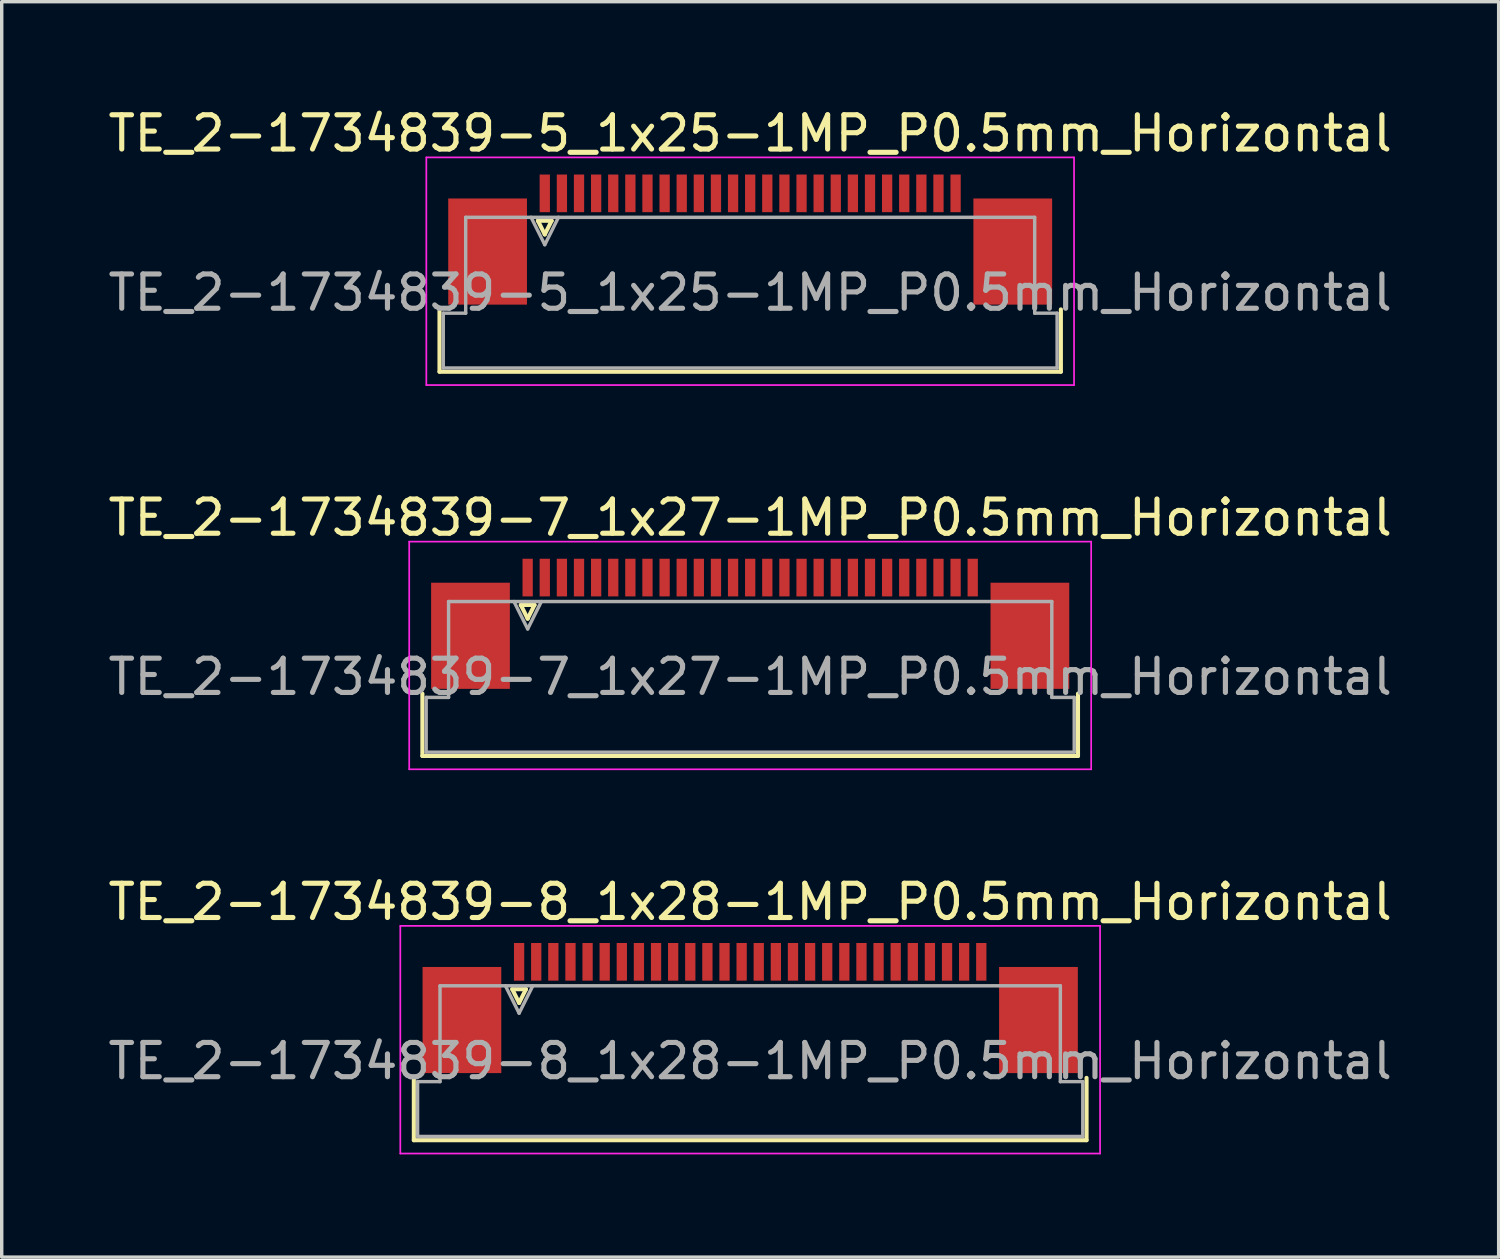
<source format=kicad_pcb>
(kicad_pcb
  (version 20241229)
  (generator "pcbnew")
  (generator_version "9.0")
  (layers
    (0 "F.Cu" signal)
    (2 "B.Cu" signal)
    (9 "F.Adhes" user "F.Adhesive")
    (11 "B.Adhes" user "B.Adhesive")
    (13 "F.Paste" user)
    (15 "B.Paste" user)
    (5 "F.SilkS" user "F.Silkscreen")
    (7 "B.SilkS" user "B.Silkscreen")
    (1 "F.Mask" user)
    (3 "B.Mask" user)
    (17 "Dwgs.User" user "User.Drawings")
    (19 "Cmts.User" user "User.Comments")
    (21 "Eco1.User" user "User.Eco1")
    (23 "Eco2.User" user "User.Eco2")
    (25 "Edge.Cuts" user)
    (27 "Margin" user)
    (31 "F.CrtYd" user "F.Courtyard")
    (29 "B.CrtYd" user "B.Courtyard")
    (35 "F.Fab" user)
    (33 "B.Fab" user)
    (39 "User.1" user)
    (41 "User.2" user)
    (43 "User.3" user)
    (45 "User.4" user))
  (footprint "TE_2-1734839-7_1x27-1MP_P0.5mm_Horizontal"
    (layer "F.Cu")
    (at 18.863 15.171)
    (property "Reference" "TE_2-1734839-7_1x27-1MP_P0.5mm_Horizontal" (at 0 -3.1 0) (layer "F.SilkS") (effects (font (size 1 1) (thickness 0.15))))
    (attr smd)
    (fp_line (start -9.575 3.86) (end -9.575 2.04) (stroke (width 0.12) (type solid)) (layer "F.SilkS"))
    (fp_line (start -6.7 -0.55) (end -6.5 -0.15) (stroke (width 0.12) (type solid)) (layer "F.SilkS"))
    (fp_line (start -6.5 -0.15) (end -6.3 -0.55) (stroke (width 0.12) (type solid)) (layer "F.SilkS"))
    (fp_line (start -6.3 -0.55) (end -6.7 -0.55) (stroke (width 0.12) (type solid)) (layer "F.SilkS"))
    (fp_line (start 9.575 2.04) (end 9.575 3.86) (stroke (width 0.12) (type solid)) (layer "F.SilkS"))
    (fp_line (start 9.575 3.86) (end -9.575 3.86) (stroke (width 0.12) (type solid)) (layer "F.SilkS"))
    (fp_line (start -9.96 -2.4) (end -9.96 4.25) (stroke (width 0.05) (type solid)) (layer "F.CrtYd"))
    (fp_line (start -9.96 4.25) (end 9.96 4.25) (stroke (width 0.05) (type solid)) (layer "F.CrtYd"))
    (fp_line (start 9.96 -2.4) (end -9.96 -2.4) (stroke (width 0.05) (type solid)) (layer "F.CrtYd"))
    (fp_line (start 9.96 4.25) (end 9.96 -2.4) (stroke (width 0.05) (type solid)) (layer "F.CrtYd"))
    (fp_line (start -9.465 2.15) (end -8.81 2.15) (stroke (width 0.1) (type solid)) (layer "F.Fab"))
    (fp_line (start -9.465 3.75) (end -9.465 2.15) (stroke (width 0.1) (type solid)) (layer "F.Fab"))
    (fp_line (start -8.81 -0.65) (end 8.81 -0.65) (stroke (width 0.1) (type solid)) (layer "F.Fab"))
    (fp_line (start -8.81 2.15) (end -8.81 -0.65) (stroke (width 0.1) (type solid)) (layer "F.Fab"))
    (fp_line (start -6.9 -0.65) (end -6.5 0.15) (stroke (width 0.1) (type solid)) (layer "F.Fab"))
    (fp_line (start -6.5 0.15) (end -6.1 -0.65) (stroke (width 0.1) (type solid)) (layer "F.Fab"))
    (fp_line (start 8.81 -0.65) (end 8.81 2.15) (stroke (width 0.1) (type solid)) (layer "F.Fab"))
    (fp_line (start 8.81 2.15) (end 9.465 2.15) (stroke (width 0.1) (type solid)) (layer "F.Fab"))
    (fp_line (start 9.465 2.15) (end 9.465 3.75) (stroke (width 0.1) (type solid)) (layer "F.Fab"))
    (fp_line (start 9.465 3.75) (end -9.465 3.75) (stroke (width 0.1) (type solid)) (layer "F.Fab"))
    (fp_text user "${REFERENCE}" (at 0 1.55 0) (layer "F.Fab") (effects (font (size 1 1) (thickness 0.15))))
    (pad "1" smd rect (at -6.5 -1.35) (size 0.3 1.1) (layers "F.Cu" "F.Mask" "F.Paste"))
    (pad "2" smd rect (at -6 -1.35) (size 0.3 1.1) (layers "F.Cu" "F.Mask" "F.Paste"))
    (pad "3" smd rect (at -5.5 -1.35) (size 0.3 1.1) (layers "F.Cu" "F.Mask" "F.Paste"))
    (pad "4" smd rect (at -5 -1.35) (size 0.3 1.1) (layers "F.Cu" "F.Mask" "F.Paste"))
    (pad "5" smd rect (at -4.5 -1.35) (size 0.3 1.1) (layers "F.Cu" "F.Mask" "F.Paste"))
    (pad "6" smd rect (at -4 -1.35) (size 0.3 1.1) (layers "F.Cu" "F.Mask" "F.Paste"))
    (pad "7" smd rect (at -3.5 -1.35) (size 0.3 1.1) (layers "F.Cu" "F.Mask" "F.Paste"))
    (pad "8" smd rect (at -3 -1.35) (size 0.3 1.1) (layers "F.Cu" "F.Mask" "F.Paste"))
    (pad "9" smd rect (at -2.5 -1.35) (size 0.3 1.1) (layers "F.Cu" "F.Mask" "F.Paste"))
    (pad "10" smd rect (at -2 -1.35) (size 0.3 1.1) (layers "F.Cu" "F.Mask" "F.Paste"))
    (pad "11" smd rect (at -1.5 -1.35) (size 0.3 1.1) (layers "F.Cu" "F.Mask" "F.Paste"))
    (pad "12" smd rect (at -1 -1.35) (size 0.3 1.1) (layers "F.Cu" "F.Mask" "F.Paste"))
    (pad "13" smd rect (at -0.5 -1.35) (size 0.3 1.1) (layers "F.Cu" "F.Mask" "F.Paste"))
    (pad "14" smd rect (at 0 -1.35) (size 0.3 1.1) (layers "F.Cu" "F.Mask" "F.Paste"))
    (pad "15" smd rect (at 0.5 -1.35) (size 0.3 1.1) (layers "F.Cu" "F.Mask" "F.Paste"))
    (pad "16" smd rect (at 1 -1.35) (size 0.3 1.1) (layers "F.Cu" "F.Mask" "F.Paste"))
    (pad "17" smd rect (at 1.5 -1.35) (size 0.3 1.1) (layers "F.Cu" "F.Mask" "F.Paste"))
    (pad "18" smd rect (at 2 -1.35) (size 0.3 1.1) (layers "F.Cu" "F.Mask" "F.Paste"))
    (pad "19" smd rect (at 2.5 -1.35) (size 0.3 1.1) (layers "F.Cu" "F.Mask" "F.Paste"))
    (pad "20" smd rect (at 3 -1.35) (size 0.3 1.1) (layers "F.Cu" "F.Mask" "F.Paste"))
    (pad "21" smd rect (at 3.5 -1.35) (size 0.3 1.1) (layers "F.Cu" "F.Mask" "F.Paste"))
    (pad "22" smd rect (at 4 -1.35) (size 0.3 1.1) (layers "F.Cu" "F.Mask" "F.Paste"))
    (pad "23" smd rect (at 4.5 -1.35) (size 0.3 1.1) (layers "F.Cu" "F.Mask" "F.Paste"))
    (pad "24" smd rect (at 5 -1.35) (size 0.3 1.1) (layers "F.Cu" "F.Mask" "F.Paste"))
    (pad "25" smd rect (at 5.5 -1.35) (size 0.3 1.1) (layers "F.Cu" "F.Mask" "F.Paste"))
    (pad "26" smd rect (at 6 -1.35) (size 0.3 1.1) (layers "F.Cu" "F.Mask" "F.Paste"))
    (pad "27" smd rect (at 6.5 -1.35) (size 0.3 1.1) (layers "F.Cu" "F.Mask" "F.Paste"))
    (pad "MP" smd rect (at -8.17 0.35) (size 2.3 3.1) (layers "F.Cu" "F.Mask" "F.Paste"))
    (pad "MP" smd rect (at 8.17 0.35) (size 2.3 3.1) (layers "F.Cu" "F.Mask" "F.Paste")))
  (footprint "TE_2-1734839-8_1x28-1MP_P0.5mm_Horizontal"
    (layer "F.Cu")
    (at 18.863 27.295)
    (property "Reference" "TE_2-1734839-8_1x28-1MP_P0.5mm_Horizontal" (at 0 -4 0) (layer "F.SilkS") (effects (font (size 1 1) (thickness 0.15))))
    (attr smd)
    (fp_line (start -9.825 2.96) (end -9.825 1.14) (stroke (width 0.12) (type solid)) (layer "F.SilkS"))
    (fp_line (start -6.95 -1.45) (end -6.75 -1.05) (stroke (width 0.12) (type solid)) (layer "F.SilkS"))
    (fp_line (start -6.75 -1.05) (end -6.55 -1.45) (stroke (width 0.12) (type solid)) (layer "F.SilkS"))
    (fp_line (start -6.55 -1.45) (end -6.95 -1.45) (stroke (width 0.12) (type solid)) (layer "F.SilkS"))
    (fp_line (start 9.825 1.14) (end 9.825 2.96) (stroke (width 0.12) (type solid)) (layer "F.SilkS"))
    (fp_line (start 9.825 2.96) (end -9.825 2.96) (stroke (width 0.12) (type solid)) (layer "F.SilkS"))
    (fp_line (start -10.22 -3.3) (end -10.22 3.35) (stroke (width 0.05) (type solid)) (layer "F.CrtYd"))
    (fp_line (start -10.22 3.35) (end 10.22 3.35) (stroke (width 0.05) (type solid)) (layer "F.CrtYd"))
    (fp_line (start 10.22 -3.3) (end -10.22 -3.3) (stroke (width 0.05) (type solid)) (layer "F.CrtYd"))
    (fp_line (start 10.22 3.35) (end 10.22 -3.3) (stroke (width 0.05) (type solid)) (layer "F.CrtYd"))
    (fp_line (start -9.715 1.25) (end -9.06 1.25) (stroke (width 0.1) (type solid)) (layer "F.Fab"))
    (fp_line (start -9.715 2.85) (end -9.715 1.25) (stroke (width 0.1) (type solid)) (layer "F.Fab"))
    (fp_line (start -9.06 -1.55) (end 9.06 -1.55) (stroke (width 0.1) (type solid)) (layer "F.Fab"))
    (fp_line (start -9.06 1.25) (end -9.06 -1.55) (stroke (width 0.1) (type solid)) (layer "F.Fab"))
    (fp_line (start -7.15 -1.55) (end -6.75 -0.75) (stroke (width 0.1) (type solid)) (layer "F.Fab"))
    (fp_line (start -6.75 -0.75) (end -6.35 -1.55) (stroke (width 0.1) (type solid)) (layer "F.Fab"))
    (fp_line (start 9.06 -1.55) (end 9.06 1.25) (stroke (width 0.1) (type solid)) (layer "F.Fab"))
    (fp_line (start 9.06 1.25) (end 9.715 1.25) (stroke (width 0.1) (type solid)) (layer "F.Fab"))
    (fp_line (start 9.715 1.25) (end 9.715 2.85) (stroke (width 0.1) (type solid)) (layer "F.Fab"))
    (fp_line (start 9.715 2.85) (end -9.715 2.85) (stroke (width 0.1) (type solid)) (layer "F.Fab"))
    (fp_text user "${REFERENCE}" (at 0 0.65 0) (layer "F.Fab") (effects (font (size 1 1) (thickness 0.15))))
    (pad "1" smd rect (at -6.75 -2.25) (size 0.3 1.1) (layers "F.Cu" "F.Mask" "F.Paste"))
    (pad "2" smd rect (at -6.25 -2.25) (size 0.3 1.1) (layers "F.Cu" "F.Mask" "F.Paste"))
    (pad "3" smd rect (at -5.75 -2.25) (size 0.3 1.1) (layers "F.Cu" "F.Mask" "F.Paste"))
    (pad "4" smd rect (at -5.25 -2.25) (size 0.3 1.1) (layers "F.Cu" "F.Mask" "F.Paste"))
    (pad "5" smd rect (at -4.75 -2.25) (size 0.3 1.1) (layers "F.Cu" "F.Mask" "F.Paste"))
    (pad "6" smd rect (at -4.25 -2.25) (size 0.3 1.1) (layers "F.Cu" "F.Mask" "F.Paste"))
    (pad "7" smd rect (at -3.75 -2.25) (size 0.3 1.1) (layers "F.Cu" "F.Mask" "F.Paste"))
    (pad "8" smd rect (at -3.25 -2.25) (size 0.3 1.1) (layers "F.Cu" "F.Mask" "F.Paste"))
    (pad "9" smd rect (at -2.75 -2.25) (size 0.3 1.1) (layers "F.Cu" "F.Mask" "F.Paste"))
    (pad "10" smd rect (at -2.25 -2.25) (size 0.3 1.1) (layers "F.Cu" "F.Mask" "F.Paste"))
    (pad "11" smd rect (at -1.75 -2.25) (size 0.3 1.1) (layers "F.Cu" "F.Mask" "F.Paste"))
    (pad "12" smd rect (at -1.25 -2.25) (size 0.3 1.1) (layers "F.Cu" "F.Mask" "F.Paste"))
    (pad "13" smd rect (at -0.75 -2.25) (size 0.3 1.1) (layers "F.Cu" "F.Mask" "F.Paste"))
    (pad "14" smd rect (at -0.25 -2.25) (size 0.3 1.1) (layers "F.Cu" "F.Mask" "F.Paste"))
    (pad "15" smd rect (at 0.25 -2.25) (size 0.3 1.1) (layers "F.Cu" "F.Mask" "F.Paste"))
    (pad "16" smd rect (at 0.75 -2.25) (size 0.3 1.1) (layers "F.Cu" "F.Mask" "F.Paste"))
    (pad "17" smd rect (at 1.25 -2.25) (size 0.3 1.1) (layers "F.Cu" "F.Mask" "F.Paste"))
    (pad "18" smd rect (at 1.75 -2.25) (size 0.3 1.1) (layers "F.Cu" "F.Mask" "F.Paste"))
    (pad "19" smd rect (at 2.25 -2.25) (size 0.3 1.1) (layers "F.Cu" "F.Mask" "F.Paste"))
    (pad "20" smd rect (at 2.75 -2.25) (size 0.3 1.1) (layers "F.Cu" "F.Mask" "F.Paste"))
    (pad "21" smd rect (at 3.25 -2.25) (size 0.3 1.1) (layers "F.Cu" "F.Mask" "F.Paste"))
    (pad "22" smd rect (at 3.75 -2.25) (size 0.3 1.1) (layers "F.Cu" "F.Mask" "F.Paste"))
    (pad "23" smd rect (at 4.25 -2.25) (size 0.3 1.1) (layers "F.Cu" "F.Mask" "F.Paste"))
    (pad "24" smd rect (at 4.75 -2.25) (size 0.3 1.1) (layers "F.Cu" "F.Mask" "F.Paste"))
    (pad "25" smd rect (at 5.25 -2.25) (size 0.3 1.1) (layers "F.Cu" "F.Mask" "F.Paste"))
    (pad "26" smd rect (at 5.75 -2.25) (size 0.3 1.1) (layers "F.Cu" "F.Mask" "F.Paste"))
    (pad "27" smd rect (at 6.25 -2.25) (size 0.3 1.1) (layers "F.Cu" "F.Mask" "F.Paste"))
    (pad "28" smd rect (at 6.75 -2.25) (size 0.3 1.1) (layers "F.Cu" "F.Mask" "F.Paste"))
    (pad "MP" smd rect (at -8.42 -0.55) (size 2.3 3.1) (layers "F.Cu" "F.Mask" "F.Paste"))
    (pad "MP" smd rect (at 8.42 -0.55) (size 2.3 3.1) (layers "F.Cu" "F.Mask" "F.Paste")))
  (footprint "TE_2-1734839-5_1x25-1MP_P0.5mm_Horizontal"
    (layer "F.Cu")
    (at 18.863 3.948)
    (property "Reference" "TE_2-1734839-5_1x25-1MP_P0.5mm_Horizontal" (at 0 -3.1 0) (layer "F.SilkS") (effects (font (size 1 1) (thickness 0.15))))
    (attr smd)
    (fp_line (start -9.075 3.86) (end -9.075 2.04) (stroke (width 0.12) (type solid)) (layer "F.SilkS"))
    (fp_line (start -6.2 -0.55) (end -6 -0.15) (stroke (width 0.12) (type solid)) (layer "F.SilkS"))
    (fp_line (start -6 -0.15) (end -5.8 -0.55) (stroke (width 0.12) (type solid)) (layer "F.SilkS"))
    (fp_line (start -5.8 -0.55) (end -6.2 -0.55) (stroke (width 0.12) (type solid)) (layer "F.SilkS"))
    (fp_line (start 9.075 2.04) (end 9.075 3.86) (stroke (width 0.12) (type solid)) (layer "F.SilkS"))
    (fp_line (start 9.075 3.86) (end -9.075 3.86) (stroke (width 0.12) (type solid)) (layer "F.SilkS"))
    (fp_line (start -9.46 -2.4) (end -9.46 4.25) (stroke (width 0.05) (type solid)) (layer "F.CrtYd"))
    (fp_line (start -9.46 4.25) (end 9.46 4.25) (stroke (width 0.05) (type solid)) (layer "F.CrtYd"))
    (fp_line (start 9.46 -2.4) (end -9.46 -2.4) (stroke (width 0.05) (type solid)) (layer "F.CrtYd"))
    (fp_line (start 9.46 4.25) (end 9.46 -2.4) (stroke (width 0.05) (type solid)) (layer "F.CrtYd"))
    (fp_line (start -8.965 2.15) (end -8.31 2.15) (stroke (width 0.1) (type solid)) (layer "F.Fab"))
    (fp_line (start -8.965 3.75) (end -8.965 2.15) (stroke (width 0.1) (type solid)) (layer "F.Fab"))
    (fp_line (start -8.31 -0.65) (end 8.31 -0.65) (stroke (width 0.1) (type solid)) (layer "F.Fab"))
    (fp_line (start -8.31 2.15) (end -8.31 -0.65) (stroke (width 0.1) (type solid)) (layer "F.Fab"))
    (fp_line (start -6.4 -0.65) (end -6 0.15) (stroke (width 0.1) (type solid)) (layer "F.Fab"))
    (fp_line (start -6 0.15) (end -5.6 -0.65) (stroke (width 0.1) (type solid)) (layer "F.Fab"))
    (fp_line (start 8.31 -0.65) (end 8.31 2.15) (stroke (width 0.1) (type solid)) (layer "F.Fab"))
    (fp_line (start 8.31 2.15) (end 8.965 2.15) (stroke (width 0.1) (type solid)) (layer "F.Fab"))
    (fp_line (start 8.965 2.15) (end 8.965 3.75) (stroke (width 0.1) (type solid)) (layer "F.Fab"))
    (fp_line (start 8.965 3.75) (end -8.965 3.75) (stroke (width 0.1) (type solid)) (layer "F.Fab"))
    (fp_text user "${REFERENCE}" (at 0 1.55 0) (layer "F.Fab") (effects (font (size 1 1) (thickness 0.15))))
    (pad "1" smd rect (at -6 -1.35) (size 0.3 1.1) (layers "F.Cu" "F.Mask" "F.Paste"))
    (pad "2" smd rect (at -5.5 -1.35) (size 0.3 1.1) (layers "F.Cu" "F.Mask" "F.Paste"))
    (pad "3" smd rect (at -5 -1.35) (size 0.3 1.1) (layers "F.Cu" "F.Mask" "F.Paste"))
    (pad "4" smd rect (at -4.5 -1.35) (size 0.3 1.1) (layers "F.Cu" "F.Mask" "F.Paste"))
    (pad "5" smd rect (at -4 -1.35) (size 0.3 1.1) (layers "F.Cu" "F.Mask" "F.Paste"))
    (pad "6" smd rect (at -3.5 -1.35) (size 0.3 1.1) (layers "F.Cu" "F.Mask" "F.Paste"))
    (pad "7" smd rect (at -3 -1.35) (size 0.3 1.1) (layers "F.Cu" "F.Mask" "F.Paste"))
    (pad "8" smd rect (at -2.5 -1.35) (size 0.3 1.1) (layers "F.Cu" "F.Mask" "F.Paste"))
    (pad "9" smd rect (at -2 -1.35) (size 0.3 1.1) (layers "F.Cu" "F.Mask" "F.Paste"))
    (pad "10" smd rect (at -1.5 -1.35) (size 0.3 1.1) (layers "F.Cu" "F.Mask" "F.Paste"))
    (pad "11" smd rect (at -1 -1.35) (size 0.3 1.1) (layers "F.Cu" "F.Mask" "F.Paste"))
    (pad "12" smd rect (at -0.5 -1.35) (size 0.3 1.1) (layers "F.Cu" "F.Mask" "F.Paste"))
    (pad "13" smd rect (at 0 -1.35) (size 0.3 1.1) (layers "F.Cu" "F.Mask" "F.Paste"))
    (pad "14" smd rect (at 0.5 -1.35) (size 0.3 1.1) (layers "F.Cu" "F.Mask" "F.Paste"))
    (pad "15" smd rect (at 1 -1.35) (size 0.3 1.1) (layers "F.Cu" "F.Mask" "F.Paste"))
    (pad "16" smd rect (at 1.5 -1.35) (size 0.3 1.1) (layers "F.Cu" "F.Mask" "F.Paste"))
    (pad "17" smd rect (at 2 -1.35) (size 0.3 1.1) (layers "F.Cu" "F.Mask" "F.Paste"))
    (pad "18" smd rect (at 2.5 -1.35) (size 0.3 1.1) (layers "F.Cu" "F.Mask" "F.Paste"))
    (pad "19" smd rect (at 3 -1.35) (size 0.3 1.1) (layers "F.Cu" "F.Mask" "F.Paste"))
    (pad "20" smd rect (at 3.5 -1.35) (size 0.3 1.1) (layers "F.Cu" "F.Mask" "F.Paste"))
    (pad "21" smd rect (at 4 -1.35) (size 0.3 1.1) (layers "F.Cu" "F.Mask" "F.Paste"))
    (pad "22" smd rect (at 4.5 -1.35) (size 0.3 1.1) (layers "F.Cu" "F.Mask" "F.Paste"))
    (pad "23" smd rect (at 5 -1.35) (size 0.3 1.1) (layers "F.Cu" "F.Mask" "F.Paste"))
    (pad "24" smd rect (at 5.5 -1.35) (size 0.3 1.1) (layers "F.Cu" "F.Mask" "F.Paste"))
    (pad "25" smd rect (at 6 -1.35) (size 0.3 1.1) (layers "F.Cu" "F.Mask" "F.Paste"))
    (pad "MP" smd rect (at -7.67 0.35) (size 2.3 3.1) (layers "F.Cu" "F.Mask" "F.Paste"))
    (pad "MP" smd rect (at 7.67 0.35) (size 2.3 3.1) (layers "F.Cu" "F.Mask" "F.Paste")))
  (gr_rect
    (start -3 -3)
    (end 40.726 33.67)
    (stroke (width 0.1) (type default))
    (fill no)
    (layer "Edge.Cuts")))
</source>
